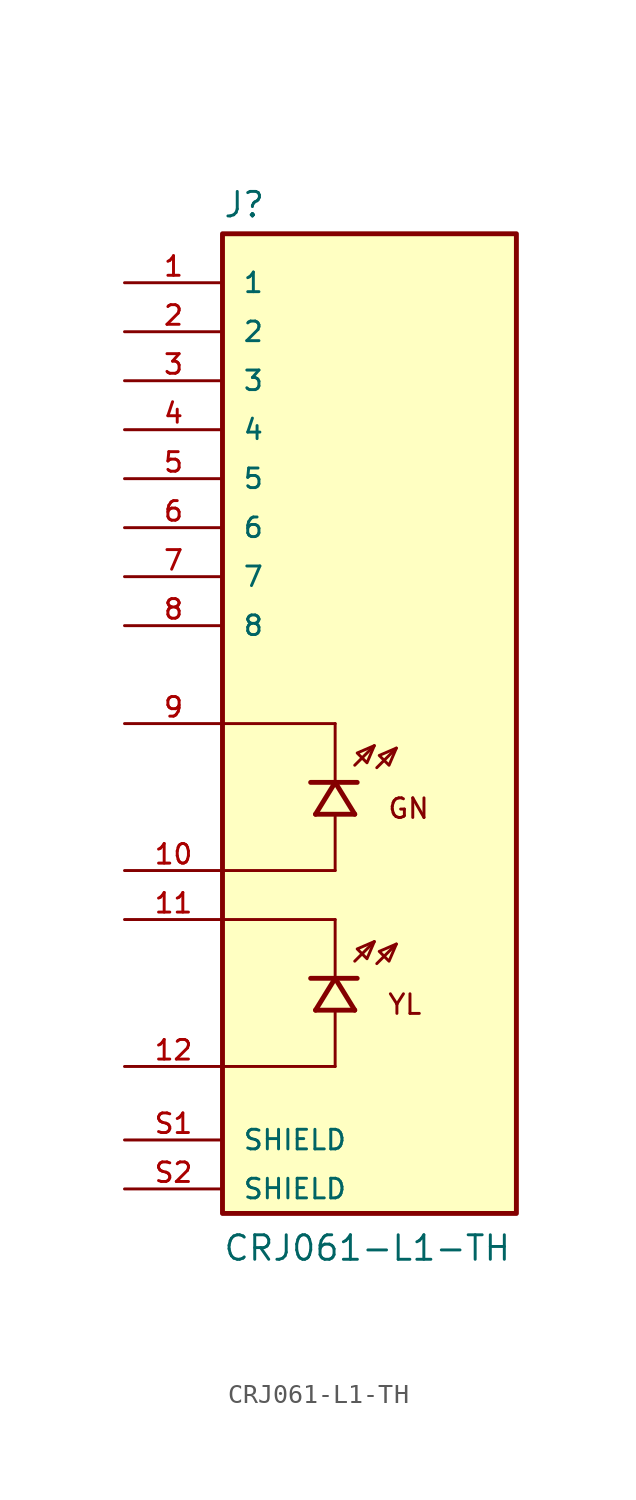
<source format=kicad_sym>
(kicad_symbol_lib
  (version 20220914)
  (generator kicad_symbol_editor)
  (symbol "CRJ061-L1-TH"
    (pin_names
      (offset 1.016))
    (property "Reference" "J"
      (at -7.62 26.162 0)
      (effects (font (size 1.27 1.27)) (justify left bottom)))
    (property "Value" "CRJ061-L1-TH"
      (at -7.62 -27.94 0)
      (effects (font (size 1.27 1.27)) (justify left bottom)))
    (symbol "CRJ061-L1-TH_0_0"
      (rectangle (start -7.62 -25.4) (end 7.62 25.4) (stroke (width 0.254) (type default)) (fill (type background)))
      (polyline (pts (xy -1.778 -17.78) (xy -7.62 -17.78)) (stroke (width 0.152) (type default)) (fill (type none)))
      (polyline (pts (xy -1.778 -17.78) (xy -1.778 -14.986)) (stroke (width 0.152) (type default)) (fill (type none)))
      (polyline (pts (xy -1.778 -13.208) (xy -3.048 -13.208)) (stroke (width 0.254) (type default)) (fill (type none)))
      (polyline (pts (xy -1.778 -13.208) (xy -2.794 -14.859)) (stroke (width 0.254) (type default)) (fill (type none)))
      (polyline (pts (xy -1.778 -13.081) (xy -1.778 -10.16)) (stroke (width 0.152) (type default)) (fill (type none)))
      (polyline (pts (xy -1.778 -10.16) (xy -7.62 -10.16)) (stroke (width 0.152) (type default)) (fill (type none)))
      (polyline (pts (xy -1.778 -7.62) (xy -7.62 -7.62)) (stroke (width 0.152) (type default)) (fill (type none)))
      (polyline (pts (xy -1.778 -7.62) (xy -1.778 -4.826)) (stroke (width 0.152) (type default)) (fill (type none)))
      (polyline (pts (xy -1.778 -3.048) (xy -3.048 -3.048)) (stroke (width 0.254) (type default)) (fill (type none)))
      (polyline (pts (xy -1.778 -3.048) (xy -2.794 -4.699)) (stroke (width 0.254) (type default)) (fill (type none)))
      (polyline (pts (xy -1.778 -2.921) (xy -1.778 0)) (stroke (width 0.152) (type default)) (fill (type none)))
      (polyline (pts (xy -1.778 0) (xy -7.62 0)) (stroke (width 0.152) (type default)) (fill (type none)))
      (polyline (pts (xy -0.762 -14.859) (xy -2.794 -14.859)) (stroke (width 0.254) (type default)) (fill (type none)))
      (polyline (pts (xy -0.762 -14.859) (xy -1.778 -13.208)) (stroke (width 0.254) (type default)) (fill (type none)))
      (polyline (pts (xy -0.762 -12.319) (xy 0.254 -11.303)) (stroke (width 0.152) (type default)) (fill (type none)))
      (polyline (pts (xy -0.762 -4.699) (xy -2.794 -4.699)) (stroke (width 0.254) (type default)) (fill (type none)))
      (polyline (pts (xy -0.762 -4.699) (xy -1.778 -3.048)) (stroke (width 0.254) (type default)) (fill (type none)))
      (polyline (pts (xy -0.762 -2.159) (xy 0.254 -1.143)) (stroke (width 0.152) (type default)) (fill (type none)))
      (polyline (pts (xy -0.635 -13.208) (xy -1.778 -13.208)) (stroke (width 0.254) (type default)) (fill (type none)))
      (polyline (pts (xy -0.635 -3.048) (xy -1.778 -3.048)) (stroke (width 0.254) (type default)) (fill (type none)))
      (polyline (pts (xy 0.381 -12.446) (xy 1.397 -11.43)) (stroke (width 0.152) (type default)) (fill (type none)))
      (polyline (pts (xy 0.381 -2.286) (xy 1.397 -1.27)) (stroke (width 0.152) (type default)) (fill (type none)))
      (polyline (pts (xy 0.254 -11.303) (xy -0.635 -11.684) (xy -0.127 -12.192) (xy 0.254 -11.303)) (stroke (width 0.152) (type default)) (fill (type background)))
      (polyline (pts (xy 0.254 -1.143) (xy -0.635 -1.524) (xy -0.127 -2.032) (xy 0.254 -1.143)) (stroke (width 0.152) (type default)) (fill (type background)))
      (polyline (pts (xy 1.397 -11.43) (xy 0.508 -11.811) (xy 1.016 -12.319) (xy 1.397 -11.43)) (stroke (width 0.152) (type default)) (fill (type background)))
      (polyline (pts (xy 1.397 -1.27) (xy 0.508 -1.651) (xy 1.016 -2.159) (xy 1.397 -1.27)) (stroke (width 0.152) (type default)) (fill (type background)))
      (text "GN" (at 0.889 -3.81 0) (effects (font (size 1.016 1.016)) (justify left top)))
      (text "YL" (at 0.889 -13.97 0) (effects (font (size 1.016 1.016)) (justify left top)))
      (pin passive line (at -12.7 22.86 0) (length 5.08) (name "1" (effects (font (size 1.016 1.016)))) (number "1" (effects (font (size 1.016 1.016)))))
      (pin passive line (at -12.7 -7.62 0) (length 5.08) (name "~" (effects (font (size 1.016 1.016)))) (number "10" (effects (font (size 1.016 1.016)))))
      (pin passive line (at -12.7 -10.16 0) (length 5.08) (name "~" (effects (font (size 1.016 1.016)))) (number "11" (effects (font (size 1.016 1.016)))))
      (pin passive line (at -12.7 -17.78 0) (length 5.08) (name "~" (effects (font (size 1.016 1.016)))) (number "12" (effects (font (size 1.016 1.016)))))
      (pin passive line (at -12.7 20.32 0) (length 5.08) (name "2" (effects (font (size 1.016 1.016)))) (number "2" (effects (font (size 1.016 1.016)))))
      (pin passive line (at -12.7 17.78 0) (length 5.08) (name "3" (effects (font (size 1.016 1.016)))) (number "3" (effects (font (size 1.016 1.016)))))
      (pin passive line (at -12.7 15.24 0) (length 5.08) (name "4" (effects (font (size 1.016 1.016)))) (number "4" (effects (font (size 1.016 1.016)))))
      (pin passive line (at -12.7 12.7 0) (length 5.08) (name "5" (effects (font (size 1.016 1.016)))) (number "5" (effects (font (size 1.016 1.016)))))
      (pin passive line (at -12.7 10.16 0) (length 5.08) (name "6" (effects (font (size 1.016 1.016)))) (number "6" (effects (font (size 1.016 1.016)))))
      (pin passive line (at -12.7 7.62 0) (length 5.08) (name "7" (effects (font (size 1.016 1.016)))) (number "7" (effects (font (size 1.016 1.016)))))
      (pin passive line (at -12.7 5.08 0) (length 5.08) (name "8" (effects (font (size 1.016 1.016)))) (number "8" (effects (font (size 1.016 1.016)))))
      (pin passive line (at -12.7 0 0) (length 5.08) (name "~" (effects (font (size 1.016 1.016)))) (number "9" (effects (font (size 1.016 1.016)))))
      (pin passive line (at -12.7 -21.59 0) (length 5.08) (name "SHIELD" (effects (font (size 1.016 1.016)))) (number "S1" (effects (font (size 1.016 1.016)))))
      (pin passive line (at -12.7 -24.13 0) (length 5.08) (name "SHIELD" (effects (font (size 1.016 1.016)))) (number "S2" (effects (font (size 1.016 1.016))))))))
</source>
